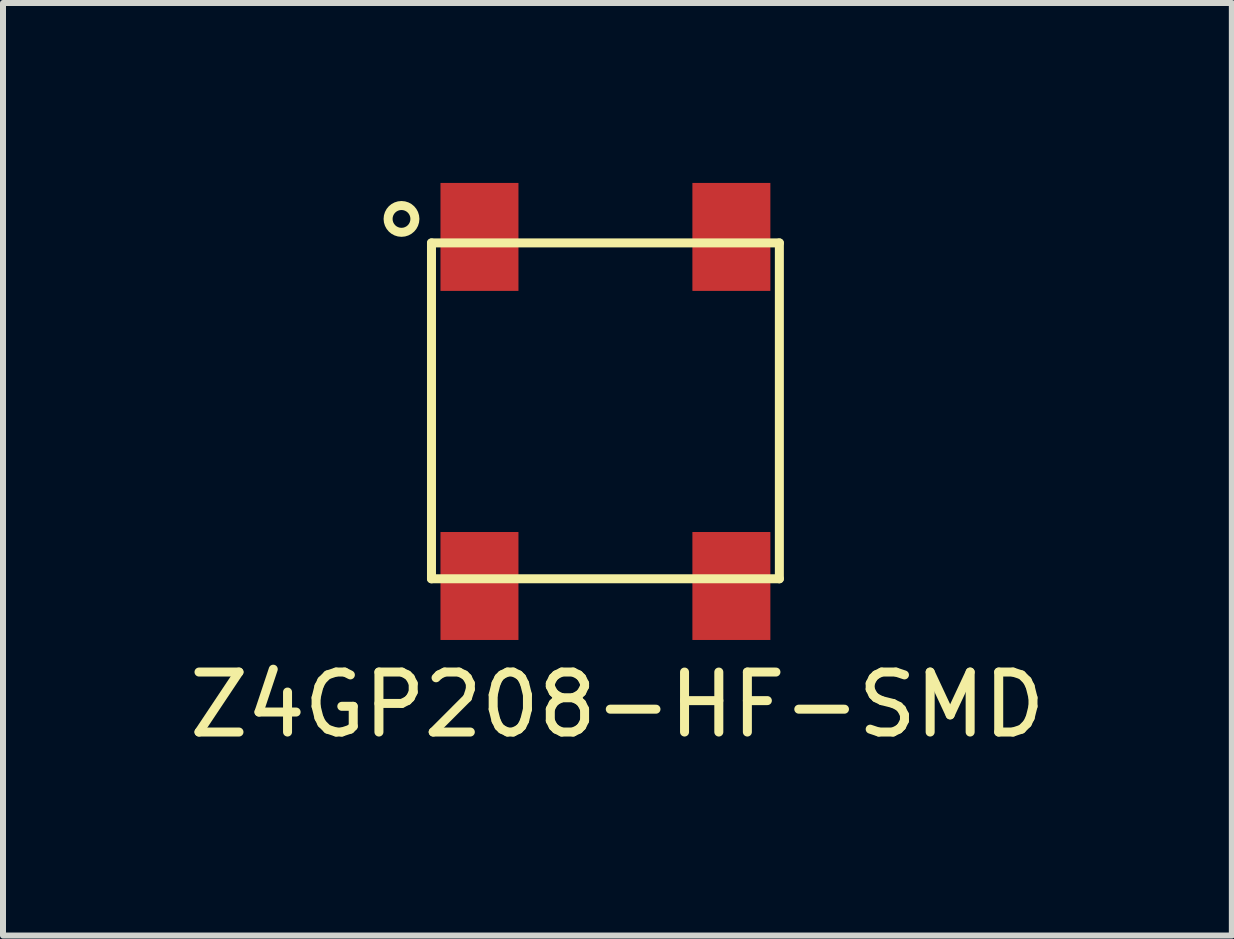
<source format=kicad_pcb>
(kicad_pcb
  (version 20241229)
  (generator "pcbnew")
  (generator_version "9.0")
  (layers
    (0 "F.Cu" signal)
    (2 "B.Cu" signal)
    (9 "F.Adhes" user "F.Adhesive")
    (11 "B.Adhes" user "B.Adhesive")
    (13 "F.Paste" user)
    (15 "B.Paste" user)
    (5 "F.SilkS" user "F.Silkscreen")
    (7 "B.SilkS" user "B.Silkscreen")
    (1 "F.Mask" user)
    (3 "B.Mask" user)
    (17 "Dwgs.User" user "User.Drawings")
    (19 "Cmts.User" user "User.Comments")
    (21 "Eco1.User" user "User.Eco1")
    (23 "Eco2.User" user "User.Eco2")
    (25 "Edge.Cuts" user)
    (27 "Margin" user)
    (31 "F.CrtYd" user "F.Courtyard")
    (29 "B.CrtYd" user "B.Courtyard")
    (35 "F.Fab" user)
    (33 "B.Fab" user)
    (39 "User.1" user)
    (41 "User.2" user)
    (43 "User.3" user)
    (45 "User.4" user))
  (footprint "Z4GP208-HF-SMD"
    (layer "F.Cu")
    (at 9.544 4.6)
    (property "Reference" "Z4GP208-HF-SMD" (at -2.3 4.1 0) (layer "F.SilkS") (effects (font (size 1 1) (thickness 0.15))))
    (attr through_hole)
    (fp_line (start -5.4 -3.6) (end 0.4 -3.6) (stroke (width 0.15) (type solid)) (layer "F.SilkS"))
    (fp_line (start -5.4 2) (end -5.4 -3.6) (stroke (width 0.15) (type solid)) (layer "F.SilkS"))
    (fp_line (start 0.4 2) (end -5.4 2) (stroke (width 0.15) (type solid)) (layer "F.SilkS"))
    (fp_line (start 0.4 2) (end 0.4 -3.6) (stroke (width 0.15) (type solid)) (layer "F.SilkS"))
    (fp_circle (center -5.9 -4) (end -5.8 -3.8) (stroke (width 0.15) (type solid)) (fill no) (layer "F.SilkS"))
    (pad "1" smd rect (at -4.6 -3.7) (size 1.3 1.8) (layers "F.Cu" "F.Mask" "F.Paste"))
    (pad "2" smd rect (at -0.4 -3.7) (size 1.3 1.8) (layers "F.Cu" "F.Mask" "F.Paste"))
    (pad "3" smd rect (at -4.6 2.12) (size 1.3 1.8) (layers "F.Cu" "F.Mask" "F.Paste"))
    (pad "4" smd rect (at -0.4 2.12) (size 1.3 1.8) (layers "F.Cu" "F.Mask" "F.Paste")))
  (gr_rect
    (start -3 -3)
    (end 17.488 12.548)
    (stroke (width 0.1) (type default))
    (fill no)
    (layer "Edge.Cuts")))
</source>
